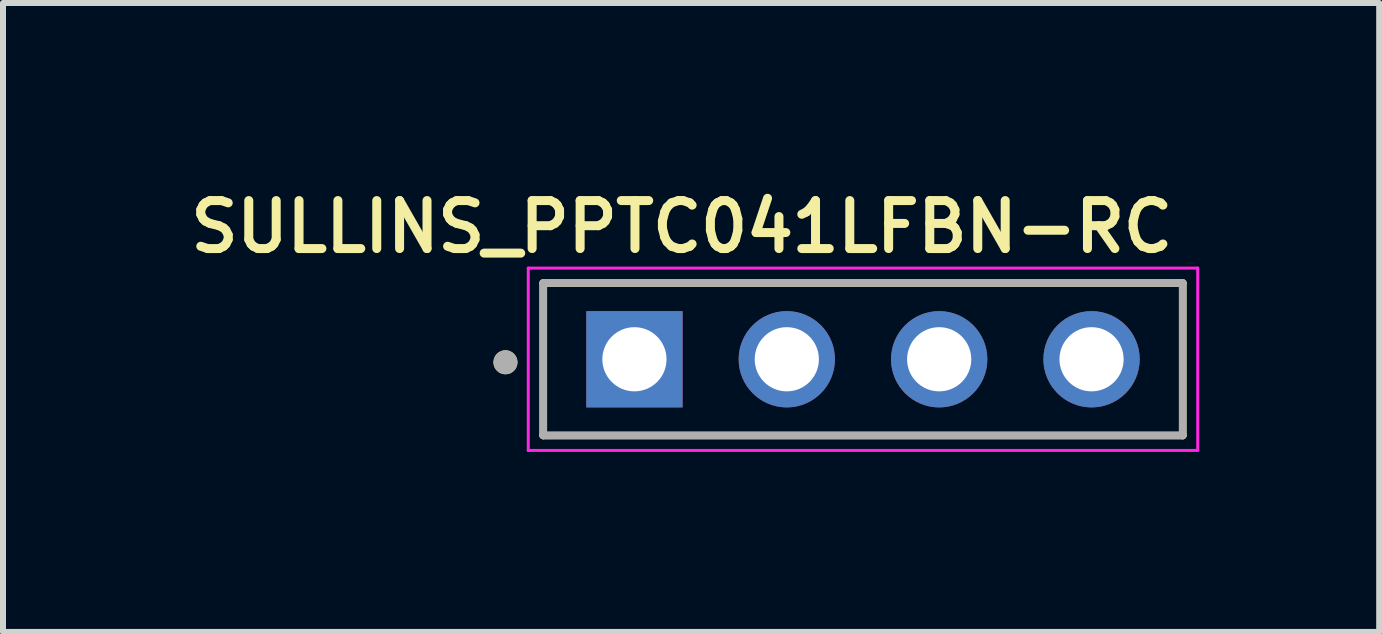
<source format=kicad_pcb>
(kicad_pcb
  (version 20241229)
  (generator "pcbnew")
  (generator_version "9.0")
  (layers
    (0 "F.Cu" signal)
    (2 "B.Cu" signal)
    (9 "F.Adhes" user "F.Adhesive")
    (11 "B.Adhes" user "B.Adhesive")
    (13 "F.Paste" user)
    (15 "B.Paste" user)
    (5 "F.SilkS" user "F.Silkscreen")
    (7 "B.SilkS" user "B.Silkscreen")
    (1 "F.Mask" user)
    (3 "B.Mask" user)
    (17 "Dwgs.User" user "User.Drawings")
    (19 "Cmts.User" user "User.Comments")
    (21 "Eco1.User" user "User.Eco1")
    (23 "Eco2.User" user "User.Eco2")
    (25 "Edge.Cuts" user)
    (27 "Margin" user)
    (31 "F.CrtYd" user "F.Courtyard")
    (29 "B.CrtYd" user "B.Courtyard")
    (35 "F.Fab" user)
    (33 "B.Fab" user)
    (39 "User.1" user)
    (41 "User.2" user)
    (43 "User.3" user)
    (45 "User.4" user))
  (footprint "SULLINS_PPTC041LFBN-RC"
    (layer "F.Cu")
    (at 11.336 2.939)
    (property "Reference" "SULLINS_PPTC041LFBN-RC" (at -3.02 -2.208 0) (layer "F.SilkS") (effects (font (size 0.8 0.8) (thickness 0.15))))
    (attr through_hole)
    (fp_line (start -5.33 -1.27) (end -5.33 1.27) (stroke (width 0.127) (type solid)) (layer "F.SilkS"))
    (fp_line (start -5.33 1.27) (end 5.33 1.27) (stroke (width 0.127) (type solid)) (layer "F.SilkS"))
    (fp_line (start 5.33 -1.27) (end -5.33 -1.27) (stroke (width 0.127) (type solid)) (layer "F.SilkS"))
    (fp_line (start 5.33 1.27) (end 5.33 -1.27) (stroke (width 0.127) (type solid)) (layer "F.SilkS"))
    (fp_circle (center -5.96 0.05) (end -5.86 0.05) (stroke (width 0.2) (type solid)) (fill no) (layer "F.SilkS"))
    (fp_line (start -5.58 -1.52) (end -5.58 1.52) (stroke (width 0.05) (type solid)) (layer "F.CrtYd"))
    (fp_line (start -5.58 1.52) (end 5.58 1.52) (stroke (width 0.05) (type solid)) (layer "F.CrtYd"))
    (fp_line (start 5.58 -1.52) (end -5.58 -1.52) (stroke (width 0.05) (type solid)) (layer "F.CrtYd"))
    (fp_line (start 5.58 1.52) (end 5.58 -1.52) (stroke (width 0.05) (type solid)) (layer "F.CrtYd"))
    (fp_line (start -5.33 -1.27) (end -5.33 1.27) (stroke (width 0.127) (type solid)) (layer "F.Fab"))
    (fp_line (start -5.33 1.27) (end 5.33 1.27) (stroke (width 0.127) (type solid)) (layer "F.Fab"))
    (fp_line (start 5.33 -1.27) (end -5.33 -1.27) (stroke (width 0.127) (type solid)) (layer "F.Fab"))
    (fp_line (start 5.33 1.27) (end 5.33 -1.27) (stroke (width 0.127) (type solid)) (layer "F.Fab"))
    (fp_circle (center -5.96 0.05) (end -5.86 0.05) (stroke (width 0.2) (type solid)) (fill no) (layer "F.Fab"))
    (pad "1" thru_hole rect (at -3.81 0) (size 1.605 1.605) (drill 1.07) (layers "*.Cu" "*.Mask"))
    (pad "2" thru_hole circle (at -1.27 0) (size 1.605 1.605) (drill 1.07) (layers "*.Cu" "*.Mask"))
    (pad "3" thru_hole circle (at 1.27 0) (size 1.605 1.605) (drill 1.07) (layers "*.Cu" "*.Mask"))
    (pad "4" thru_hole circle (at 3.81 0) (size 1.605 1.605) (drill 1.07) (layers "*.Cu" "*.Mask")))
  (gr_rect
    (start -3 -3)
    (end 19.941 7.484)
    (stroke (width 0.1) (type default))
    (fill no)
    (layer "Edge.Cuts")))
</source>
